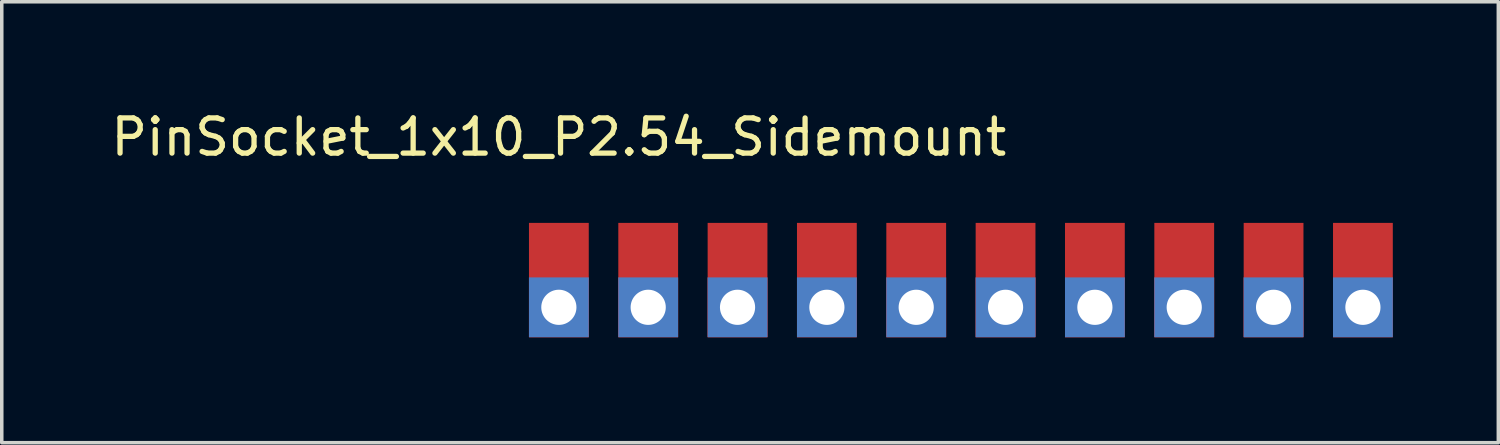
<source format=kicad_pcb>
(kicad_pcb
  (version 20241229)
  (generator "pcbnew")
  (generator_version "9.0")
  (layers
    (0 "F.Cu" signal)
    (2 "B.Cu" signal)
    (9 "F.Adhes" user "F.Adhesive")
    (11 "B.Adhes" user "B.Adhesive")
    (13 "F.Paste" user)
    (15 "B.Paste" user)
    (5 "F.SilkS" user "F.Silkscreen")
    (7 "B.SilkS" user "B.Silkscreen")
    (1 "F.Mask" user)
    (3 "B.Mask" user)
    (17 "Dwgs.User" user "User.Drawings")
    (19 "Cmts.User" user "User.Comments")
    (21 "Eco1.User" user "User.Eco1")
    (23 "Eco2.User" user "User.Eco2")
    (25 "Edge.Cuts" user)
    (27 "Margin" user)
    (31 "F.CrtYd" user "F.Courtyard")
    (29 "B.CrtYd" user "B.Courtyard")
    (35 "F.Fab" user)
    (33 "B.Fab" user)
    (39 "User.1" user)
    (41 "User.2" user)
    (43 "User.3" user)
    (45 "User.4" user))
  (footprint "PinSocket_1x10_P2.54_Sidemount"
    (layer "F.Cu")
    (at 12.839 4.912)
    (property "Reference" "PinSocket_1x10_P2.54_Sidemount" (at 0 -4.064 0) (layer "F.SilkS") (effects (font (size 1 1) (thickness 0.15))))
    (attr through_hole)
    (pad "1" smd rect (at 0 0) (size 1.7 3.25) (layers "F.Cu" "F.Mask"))
    (pad "1" thru_hole rect (at 0 0.775) (size 1.7 1.7) (drill 1) (layers "*.Cu" "*.Mask"))
    (pad "2" smd rect (at 2.54 0) (size 1.7 3.25) (layers "F.Cu" "F.Mask"))
    (pad "2" thru_hole rect (at 2.54 0.775) (size 1.7 1.7) (drill 1) (layers "*.Cu" "*.Mask"))
    (pad "3" smd rect (at 5.08 0) (size 1.7 3.25) (layers "F.Cu" "F.Mask"))
    (pad "3" thru_hole rect (at 5.08 0.775) (size 1.7 1.7) (drill 1) (layers "*.Cu" "*.Mask"))
    (pad "4" smd rect (at 7.62 0) (size 1.7 3.25) (layers "F.Cu" "F.Mask"))
    (pad "4" thru_hole rect (at 7.62 0.775) (size 1.7 1.7) (drill 1) (layers "*.Cu" "*.Mask"))
    (pad "5" smd rect (at 10.16 0) (size 1.7 3.25) (layers "F.Cu" "F.Mask"))
    (pad "5" thru_hole rect (at 10.16 0.775) (size 1.7 1.7) (drill 1) (layers "*.Cu" "*.Mask"))
    (pad "6" smd rect (at 12.7 0) (size 1.7 3.25) (layers "F.Cu" "F.Mask"))
    (pad "6" thru_hole rect (at 12.7 0.775) (size 1.7 1.7) (drill 1) (layers "*.Cu" "*.Mask"))
    (pad "7" smd rect (at 15.24 0) (size 1.7 3.25) (layers "F.Cu" "F.Mask"))
    (pad "7" thru_hole rect (at 15.24 0.775) (size 1.7 1.7) (drill 1) (layers "*.Cu" "*.Mask"))
    (pad "8" smd rect (at 17.78 0) (size 1.7 3.25) (layers "F.Cu" "F.Mask"))
    (pad "8" thru_hole rect (at 17.78 0.775) (size 1.7 1.7) (drill 1) (layers "*.Cu" "*.Mask"))
    (pad "9" smd rect (at 20.32 0) (size 1.7 3.25) (layers "F.Cu" "F.Mask"))
    (pad "9" thru_hole rect (at 20.32 0.775) (size 1.7 1.7) (drill 1) (layers "*.Cu" "*.Mask"))
    (pad "10" smd rect (at 22.86 0) (size 1.7 3.25) (layers "F.Cu" "F.Mask"))
    (pad "10" thru_hole rect (at 22.86 0.775) (size 1.7 1.7) (drill 1) (layers "*.Cu" "*.Mask")))
  (gr_rect
    (start -3 -3)
    (end 39.549 9.537)
    (stroke (width 0.1) (type default))
    (fill no)
    (layer "Edge.Cuts")))
</source>
